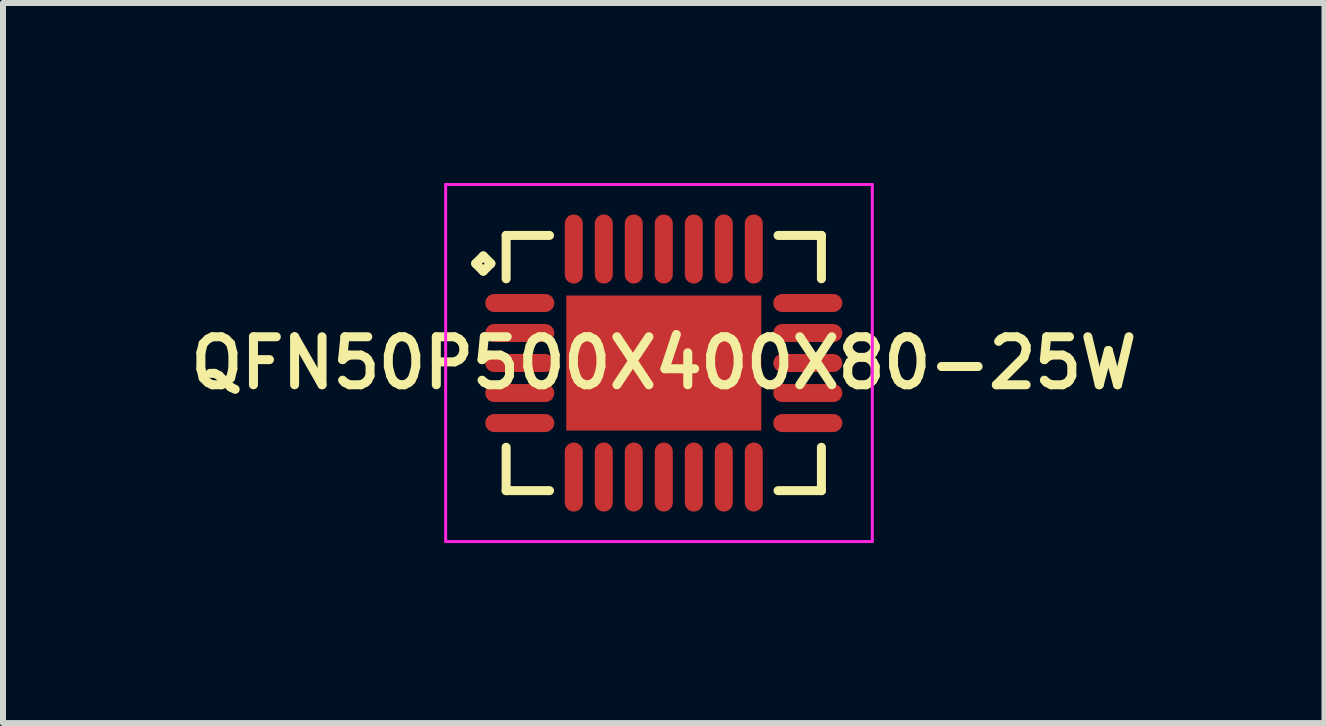
<source format=kicad_pcb>
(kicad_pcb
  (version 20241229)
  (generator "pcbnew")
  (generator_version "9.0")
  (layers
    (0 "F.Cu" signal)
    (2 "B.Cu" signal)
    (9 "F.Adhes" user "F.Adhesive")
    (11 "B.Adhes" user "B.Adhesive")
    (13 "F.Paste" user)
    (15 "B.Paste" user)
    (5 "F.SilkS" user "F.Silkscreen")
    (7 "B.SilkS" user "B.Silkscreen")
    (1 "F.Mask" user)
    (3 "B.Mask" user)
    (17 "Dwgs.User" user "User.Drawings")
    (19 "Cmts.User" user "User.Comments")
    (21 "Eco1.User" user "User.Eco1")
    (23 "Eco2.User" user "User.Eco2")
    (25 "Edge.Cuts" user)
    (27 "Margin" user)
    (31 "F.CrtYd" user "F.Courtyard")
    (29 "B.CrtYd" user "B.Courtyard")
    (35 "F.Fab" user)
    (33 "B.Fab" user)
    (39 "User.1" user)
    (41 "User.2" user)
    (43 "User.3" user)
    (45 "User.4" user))
  (footprint "QFN50P500X400X80-25W"
    (layer "F.Cu")
    (at 8.012 3)
    (property "Reference" "QFN50P500X400X80-25W" (at 0 0 0) (layer "F.SilkS") (effects (font (size 0.8 0.8) (thickness 0.15))))
    (attr smd)
    (fp_line (start -3.135 -1.658) (end -3.008 -1.785) (stroke (width 0.15) (type solid)) (layer "F.SilkS"))
    (fp_line (start -3.008 -1.785) (end -2.881 -1.658) (stroke (width 0.15) (type solid)) (layer "F.SilkS"))
    (fp_line (start -3.008 -1.531) (end -3.135 -1.658) (stroke (width 0.15) (type solid)) (layer "F.SilkS"))
    (fp_line (start -2.881 -1.658) (end -3.008 -1.531) (stroke (width 0.15) (type solid)) (layer "F.SilkS"))
    (fp_line (start -2.627 -2.127) (end -1.904 -2.127) (stroke (width 0.15) (type solid)) (layer "F.SilkS"))
    (fp_line (start -2.627 -1.404) (end -2.627 -2.127) (stroke (width 0.15) (type solid)) (layer "F.SilkS"))
    (fp_line (start -2.627 1.404) (end -2.627 2.127) (stroke (width 0.15) (type solid)) (layer "F.SilkS"))
    (fp_line (start -2.627 2.127) (end -1.904 2.127) (stroke (width 0.15) (type solid)) (layer "F.SilkS"))
    (fp_line (start 1.904 -2.127) (end 2.627 -2.127) (stroke (width 0.15) (type solid)) (layer "F.SilkS"))
    (fp_line (start 1.904 2.127) (end 2.627 2.127) (stroke (width 0.15) (type solid)) (layer "F.SilkS"))
    (fp_line (start 2.627 -2.127) (end 2.627 -1.404) (stroke (width 0.15) (type solid)) (layer "F.SilkS"))
    (fp_line (start 2.627 2.127) (end 2.627 1.404) (stroke (width 0.15) (type solid)) (layer "F.SilkS"))
    (fp_line (start -3.635 -2.975) (end 3.475 -2.975) (stroke (width 0.05) (type solid)) (layer "F.CrtYd"))
    (fp_line (start -3.635 2.975) (end -3.635 -2.975) (stroke (width 0.05) (type solid)) (layer "F.CrtYd"))
    (fp_line (start 3.475 -2.975) (end 3.475 2.975) (stroke (width 0.05) (type solid)) (layer "F.CrtYd"))
    (fp_line (start 3.475 2.975) (end -3.635 2.975) (stroke (width 0.05) (type solid)) (layer "F.CrtYd"))
    (pad "1" smd oval (at -2.4 -1) (size 1.15 0.3) (layers "F.Cu" "F.Mask" "F.Paste"))
    (pad "2" smd oval (at -2.4 -0.5) (size 1.15 0.3) (layers "F.Cu" "F.Mask" "F.Paste"))
    (pad "3" smd oval (at -2.4 0) (size 1.15 0.3) (layers "F.Cu" "F.Mask" "F.Paste"))
    (pad "4" smd oval (at -2.4 0.5) (size 1.15 0.3) (layers "F.Cu" "F.Mask" "F.Paste"))
    (pad "5" smd oval (at -2.4 1) (size 1.15 0.3) (layers "F.Cu" "F.Mask" "F.Paste"))
    (pad "6" smd oval (at -1.5 1.9) (size 0.3 1.15) (layers "F.Cu" "F.Mask" "F.Paste"))
    (pad "7" smd oval (at -1 1.9) (size 0.3 1.15) (layers "F.Cu" "F.Mask" "F.Paste"))
    (pad "8" smd oval (at -0.5 1.9) (size 0.3 1.15) (layers "F.Cu" "F.Mask" "F.Paste"))
    (pad "9" smd oval (at 0 1.9) (size 0.3 1.15) (layers "F.Cu" "F.Mask" "F.Paste"))
    (pad "10" smd oval (at 0.5 1.9) (size 0.3 1.15) (layers "F.Cu" "F.Mask" "F.Paste"))
    (pad "11" smd oval (at 1 1.9) (size 0.3 1.15) (layers "F.Cu" "F.Mask" "F.Paste"))
    (pad "12" smd oval (at 1.5 1.9) (size 0.3 1.15) (layers "F.Cu" "F.Mask" "F.Paste"))
    (pad "13" smd oval (at 2.4 1) (size 1.15 0.3) (layers "F.Cu" "F.Mask" "F.Paste"))
    (pad "14" smd oval (at 2.4 0.5) (size 1.15 0.3) (layers "F.Cu" "F.Mask" "F.Paste"))
    (pad "15" smd oval (at 2.4 0) (size 1.15 0.3) (layers "F.Cu" "F.Mask" "F.Paste"))
    (pad "16" smd oval (at 2.4 -0.5) (size 1.15 0.3) (layers "F.Cu" "F.Mask" "F.Paste"))
    (pad "17" smd oval (at 2.4 -1) (size 1.15 0.3) (layers "F.Cu" "F.Mask" "F.Paste"))
    (pad "18" smd oval (at 1.5 -1.9) (size 0.3 1.15) (layers "F.Cu" "F.Mask" "F.Paste"))
    (pad "19" smd oval (at 1 -1.9) (size 0.3 1.15) (layers "F.Cu" "F.Mask" "F.Paste"))
    (pad "20" smd oval (at 0.5 -1.9) (size 0.3 1.15) (layers "F.Cu" "F.Mask" "F.Paste"))
    (pad "21" smd oval (at 0 -1.9) (size 0.3 1.15) (layers "F.Cu" "F.Mask" "F.Paste"))
    (pad "22" smd oval (at -0.5 -1.9) (size 0.3 1.15) (layers "F.Cu" "F.Mask" "F.Paste"))
    (pad "23" smd oval (at -1 -1.9) (size 0.3 1.15) (layers "F.Cu" "F.Mask" "F.Paste"))
    (pad "24" smd oval (at -1.5 -1.9) (size 0.3 1.15) (layers "F.Cu" "F.Mask" "F.Paste"))
    (pad "25" smd rect (at 0 0) (size 3.25 2.25) (layers "F.Cu" "F.Mask" "F.Paste")))
  (gr_rect
    (start -3 -3)
    (end 19.023 9)
    (stroke (width 0.1) (type default))
    (fill no)
    (layer "Edge.Cuts")))
</source>
